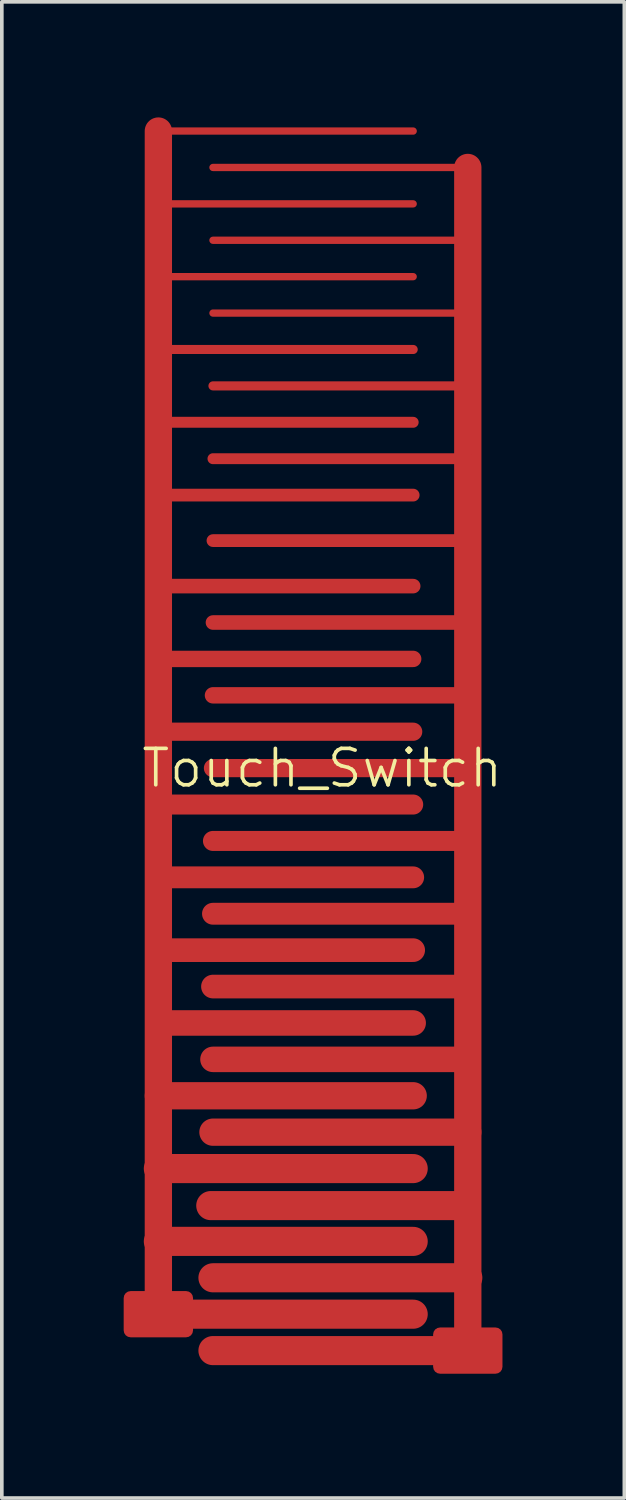
<source format=kicad_pcb>
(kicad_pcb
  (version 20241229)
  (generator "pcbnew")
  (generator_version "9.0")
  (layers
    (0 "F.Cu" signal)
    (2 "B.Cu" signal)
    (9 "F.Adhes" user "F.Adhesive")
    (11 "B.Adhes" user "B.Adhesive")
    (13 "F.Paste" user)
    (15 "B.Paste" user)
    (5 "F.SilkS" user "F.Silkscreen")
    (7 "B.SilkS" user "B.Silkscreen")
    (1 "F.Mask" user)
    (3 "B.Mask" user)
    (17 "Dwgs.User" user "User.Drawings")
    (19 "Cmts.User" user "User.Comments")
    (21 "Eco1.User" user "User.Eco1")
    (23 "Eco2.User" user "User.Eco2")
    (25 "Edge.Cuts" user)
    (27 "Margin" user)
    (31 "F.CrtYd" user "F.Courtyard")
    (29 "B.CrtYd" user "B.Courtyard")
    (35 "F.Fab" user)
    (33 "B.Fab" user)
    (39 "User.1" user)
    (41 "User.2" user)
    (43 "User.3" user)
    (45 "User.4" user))
  (footprint "Touch_Switch"
    (layer "F.Cu")
    (at 5.8 18.55)
    (property "Reference" "Touch_Switch" (at 0 -0.5 0) (unlocked yes) (layer "F.SilkS") (effects (font (size 1 1) (thickness 0.1))))
    (attr smd)
    (fp_line (start -4.5 -18) (end -4.5 14.5) (stroke (width 0.75) (type default)) (layer "F.Cu"))
    (fp_line (start -3 -13) (end 4 -13) (stroke (width 0.2) (type default)) (layer "F.Cu"))
    (fp_line (start -3 -11) (end 4 -11) (stroke (width 0.25) (type default)) (layer "F.Cu"))
    (fp_line (start -3 -6.75) (end 4 -6.75) (stroke (width 0.35) (type default)) (layer "F.Cu"))
    (fp_line (start 2.5 -18) (end -4.5 -18) (stroke (width 0.2) (type default)) (layer "F.Cu"))
    (fp_line (start 2.5 -16) (end -4.5 -16) (stroke (width 0.2) (type default)) (layer "F.Cu"))
    (fp_line (start 2.5 -14) (end -4.5 -14) (stroke (width 0.2) (type default)) (layer "F.Cu"))
    (fp_line (start 2.5 -12) (end -4.5 -12) (stroke (width 0.25) (type default)) (layer "F.Cu"))
    (fp_line (start 2.5 -10) (end -4.5 -10) (stroke (width 0.3) (type default)) (layer "F.Cu"))
    (fp_line (start 2.5 -8) (end -4.5 -8) (stroke (width 0.35) (type default)) (layer "F.Cu"))
    (fp_line (start 2.5 -5.5) (end -4.5 -5.5) (stroke (width 0.4) (type default)) (layer "F.Cu"))
    (fp_line (start 2.5 -3.5) (end -4.5 -3.5) (stroke (width 0.45) (type default)) (layer "F.Cu"))
    (fp_line (start 2.5 -1.5) (end -4.5 -1.5) (stroke (width 0.5) (type default)) (layer "F.Cu"))
    (fp_line (start 2.5 0.5) (end -4.5 0.5) (stroke (width 0.55) (type default)) (layer "F.Cu"))
    (fp_line (start 2.5 2.5) (end -4.5 2.5) (stroke (width 0.6) (type default)) (layer "F.Cu"))
    (fp_line (start 2.5 4.5) (end -4.5 4.5) (stroke (width 0.65) (type default)) (layer "F.Cu"))
    (fp_line (start 2.5 6.5) (end -4.5 6.5) (stroke (width 0.7) (type default)) (layer "F.Cu"))
    (fp_line (start 2.5 8.5) (end -4.5 8.5) (stroke (width 0.75) (type default)) (layer "F.Cu"))
    (fp_line (start 2.5 10.5) (end -4.5 10.5) (stroke (width 0.8) (type default)) (layer "F.Cu"))
    (fp_line (start 2.5 12.5) (end -4.5 12.5) (stroke (width 0.8) (type default)) (layer "F.Cu"))
    (fp_line (start 2.5 14.5) (end -4.5 14.5) (stroke (width 0.8) (type default)) (layer "F.Cu"))
    (fp_line (start 3.94 11.517) (end -3.06 11.517) (stroke (width 0.8) (type default)) (layer "F.Cu"))
    (fp_line (start 4 -17) (end -3 -17) (stroke (width 0.2) (type default)) (layer "F.Cu"))
    (fp_line (start 4 -17) (end 4 15.5) (stroke (width 0.75) (type default)) (layer "F.Cu"))
    (fp_line (start 4 -15) (end -3 -15) (stroke (width 0.2) (type default)) (layer "F.Cu"))
    (fp_line (start 4 -9) (end -3 -9) (stroke (width 0.3) (type default)) (layer "F.Cu"))
    (fp_line (start 4 -4.5) (end -3 -4.5) (stroke (width 0.4) (type default)) (layer "F.Cu"))
    (fp_line (start 4 -2.5) (end -3 -2.5) (stroke (width 0.45) (type default)) (layer "F.Cu"))
    (fp_line (start 4 -0.5) (end -3 -0.5) (stroke (width 0.5) (type default)) (layer "F.Cu"))
    (fp_line (start 4 1.5) (end -3 1.5) (stroke (width 0.55) (type default)) (layer "F.Cu"))
    (fp_line (start 4 3.5) (end -3 3.5) (stroke (width 0.6) (type default)) (layer "F.Cu"))
    (fp_line (start 4 5.5) (end -3 5.5) (stroke (width 0.65) (type default)) (layer "F.Cu"))
    (fp_line (start 4 7.5) (end -3 7.5) (stroke (width 0.7) (type default)) (layer "F.Cu"))
    (fp_line (start 4 9.5) (end -3 9.5) (stroke (width 0.75) (type default)) (layer "F.Cu"))
    (fp_line (start 4 13.5) (end -3 13.5) (stroke (width 0.8) (type default)) (layer "F.Cu"))
    (fp_line (start 4 15.5) (end -3 15.5) (stroke (width 0.8) (type default)) (layer "F.Cu"))
    (fp_line (start -4.5 -18) (end -4.5 14.5) (stroke (width 0.75) (type default)) (layer "F.Mask"))
    (fp_line (start -3 -13) (end 4 -13) (stroke (width 0.2) (type default)) (layer "F.Mask"))
    (fp_line (start -3 -11) (end 4 -11) (stroke (width 0.25) (type default)) (layer "F.Mask"))
    (fp_line (start -3 -6.75) (end 4 -6.75) (stroke (width 0.35) (type default)) (layer "F.Mask"))
    (fp_line (start 2.5 -18) (end -4.5 -18) (stroke (width 0.2) (type default)) (layer "F.Mask"))
    (fp_line (start 2.5 -16) (end -4.5 -16) (stroke (width 0.2) (type default)) (layer "F.Mask"))
    (fp_line (start 2.5 -14) (end -4.5 -14) (stroke (width 0.2) (type default)) (layer "F.Mask"))
    (fp_line (start 2.5 -12) (end -4.5 -12) (stroke (width 0.25) (type default)) (layer "F.Mask"))
    (fp_line (start 2.5 -10) (end -4.5 -10) (stroke (width 0.3) (type default)) (layer "F.Mask"))
    (fp_line (start 2.5 -8) (end -4.5 -8) (stroke (width 0.35) (type default)) (layer "F.Mask"))
    (fp_line (start 2.5 -5.5) (end -4.5 -5.5) (stroke (width 0.4) (type default)) (layer "F.Mask"))
    (fp_line (start 2.5 -3.5) (end -4.5 -3.5) (stroke (width 0.45) (type default)) (layer "F.Mask"))
    (fp_line (start 2.5 -1.5) (end -4.5 -1.5) (stroke (width 0.5) (type default)) (layer "F.Mask"))
    (fp_line (start 2.5 0.5) (end -4.5 0.5) (stroke (width 0.55) (type default)) (layer "F.Mask"))
    (fp_line (start 2.5 2.5) (end -4.5 2.5) (stroke (width 0.6) (type default)) (layer "F.Mask"))
    (fp_line (start 2.5 4.5) (end -4.5 4.5) (stroke (width 0.65) (type default)) (layer "F.Mask"))
    (fp_line (start 2.5 6.5) (end -4.5 6.5) (stroke (width 0.7) (type default)) (layer "F.Mask"))
    (fp_line (start 2.5 8.5) (end -4.5 8.5) (stroke (width 0.75) (type default)) (layer "F.Mask"))
    (fp_line (start 2.5 10.5) (end -4.5 10.5) (stroke (width 0.8) (type default)) (layer "F.Mask"))
    (fp_line (start 2.5 12.5) (end -4.5 12.5) (stroke (width 0.8) (type default)) (layer "F.Mask"))
    (fp_line (start 2.5 14.5) (end -4.5 14.5) (stroke (width 0.8) (type default)) (layer "F.Mask"))
    (fp_line (start 3.94 11.517) (end -3.06 11.517) (stroke (width 0.8) (type default)) (layer "F.Mask"))
    (fp_line (start 4 -17) (end -3 -17) (stroke (width 0.2) (type default)) (layer "F.Mask"))
    (fp_line (start 4 -17) (end 4 15.5) (stroke (width 0.75) (type default)) (layer "F.Mask"))
    (fp_line (start 4 -15) (end -3 -15) (stroke (width 0.2) (type default)) (layer "F.Mask"))
    (fp_line (start 4 -9) (end -3 -9) (stroke (width 0.3) (type default)) (layer "F.Mask"))
    (fp_line (start 4 -4.5) (end -3 -4.5) (stroke (width 0.4) (type default)) (layer "F.Mask"))
    (fp_line (start 4 -2.5) (end -3 -2.5) (stroke (width 0.45) (type default)) (layer "F.Mask"))
    (fp_line (start 4 -0.5) (end -3 -0.5) (stroke (width 0.5) (type default)) (layer "F.Mask"))
    (fp_line (start 4 1.5) (end -3 1.5) (stroke (width 0.55) (type default)) (layer "F.Mask"))
    (fp_line (start 4 3.5) (end -3 3.5) (stroke (width 0.6) (type default)) (layer "F.Mask"))
    (fp_line (start 4 5.5) (end -3 5.5) (stroke (width 0.65) (type default)) (layer "F.Mask"))
    (fp_line (start 4 7.5) (end -3 7.5) (stroke (width 0.7) (type default)) (layer "F.Mask"))
    (fp_line (start 4 9.5) (end -3 9.5) (stroke (width 0.75) (type default)) (layer "F.Mask"))
    (fp_line (start 4 13.5) (end -3 13.5) (stroke (width 0.8) (type default)) (layer "F.Mask"))
    (fp_line (start 4 15.5) (end -3 15.5) (stroke (width 0.8) (type default)) (layer "F.Mask"))
    (fp_rect (start -5.75 -18.5) (end 5.25 16.5) (stroke (width 0.1) (type default)) (fill no) (layer "Margin"))
    (pad "1" smd roundrect (at 4 15.5) (size 1.905 1.27) (layers "F.Cu" "F.Mask" "F.Paste") (roundrect_rratio 0.15))
    (pad "2" smd roundrect (at -4.5 14.5) (size 1.905 1.27) (layers "F.Cu" "F.Mask" "F.Paste") (roundrect_rratio 0.15)))
  (gr_rect
    (start -3 -3)
    (end 14.1 38.1)
    (stroke (width 0.1) (type default))
    (fill no)
    (layer "Edge.Cuts")))
</source>
